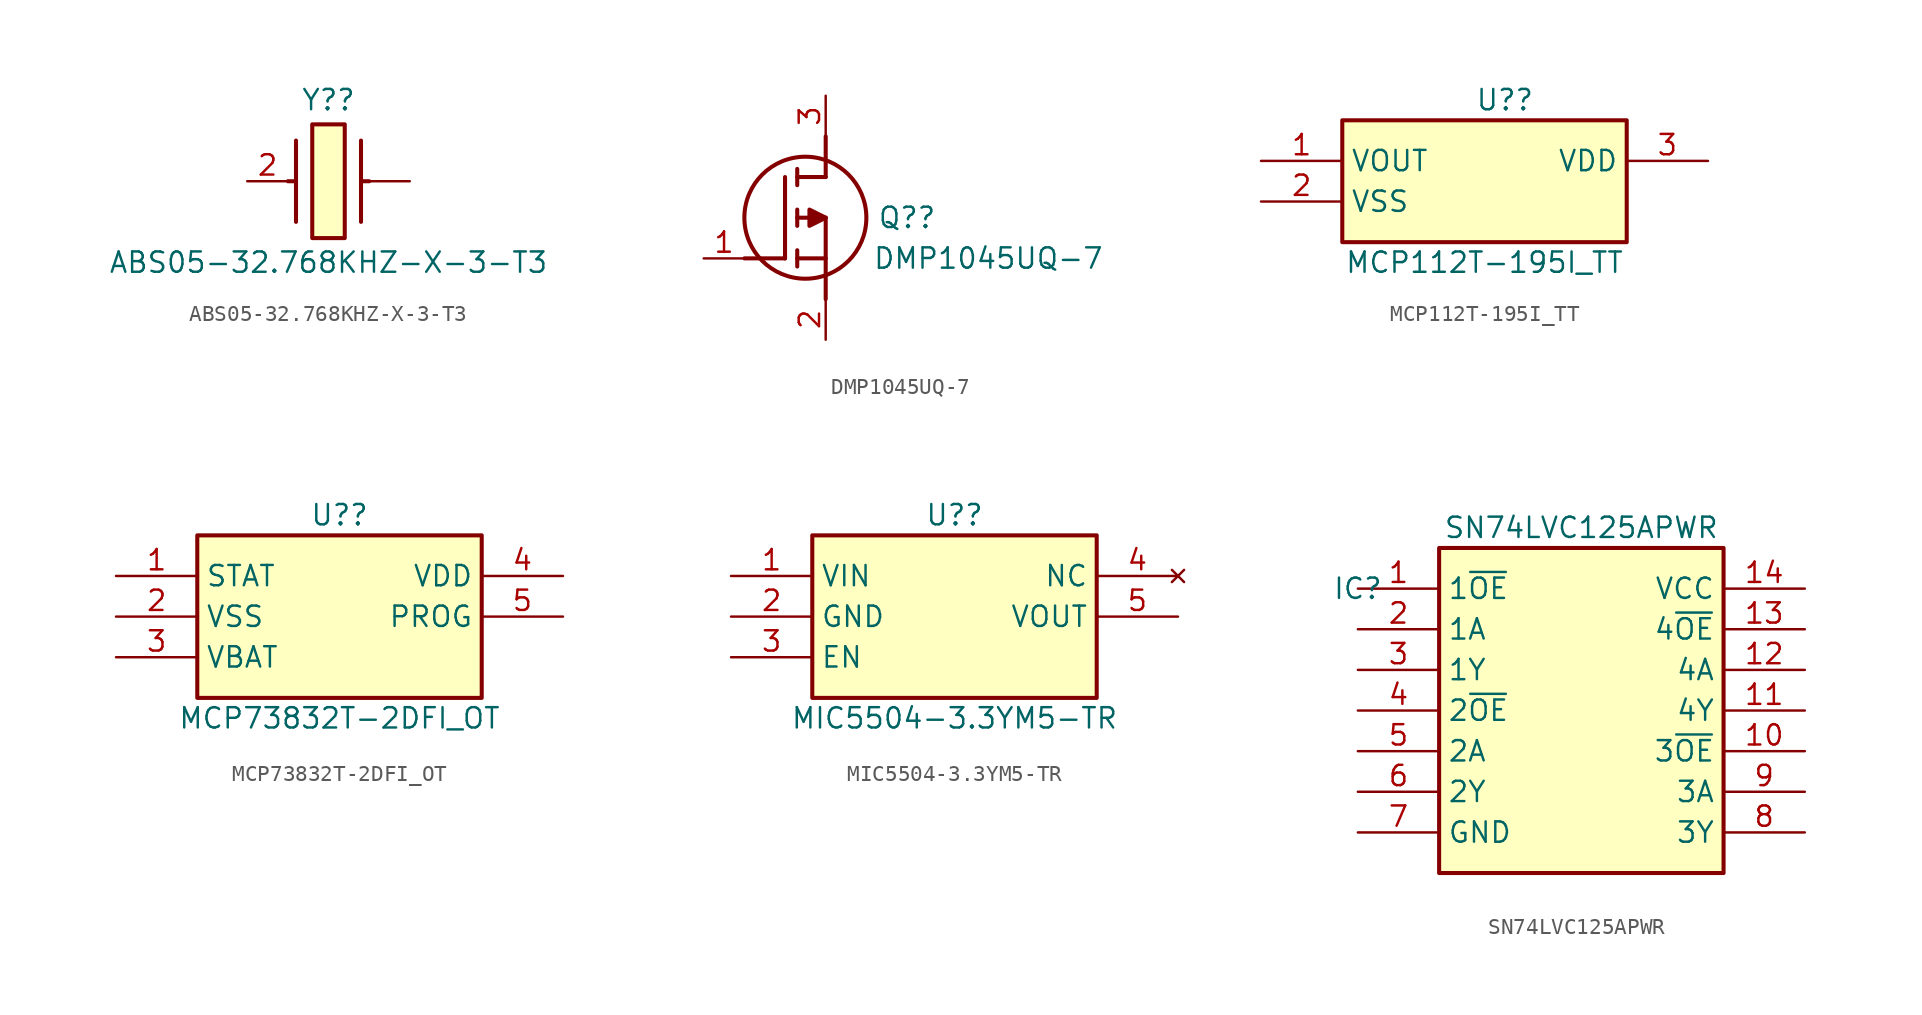
<source format=kicad_sym>
(kicad_symbol_lib
  (version 20211014)
  (generator kicad_symbol_editor)
  (symbol "ABS05-32.768KHZ-X-3-T3"
    (pin_names hide)
    (property "Reference" "Y?"
      (at 5.08 5.08 0)
      (effects (font (size 1.27 1.27))))
    (property "Value" "ABS05-32.768KHZ-X-3-T3"
      (at 5.08 -5.08 0)
      (effects (font (size 1.27 1.27))))
    (symbol "ABS05-32.768KHZ-X-3-T3_1_1"
      (polyline (pts (xy 3.048 0) (xy 2.54 0)) (stroke (width 0.254) (type default) (color 0 0 0 0)) (fill (type none)))
      (polyline (pts (xy 3.048 2.54) (xy 3.048 -2.54)) (stroke (width 0.254) (type default) (color 0 0 0 0)) (fill (type none)))
      (polyline (pts (xy 7.112 0) (xy 7.62 0)) (stroke (width 0.254) (type default) (color 0 0 0 0)) (fill (type none)))
      (polyline (pts (xy 7.112 2.54) (xy 7.112 -2.54)) (stroke (width 0.254) (type default) (color 0 0 0 0)) (fill (type none)))
      (rectangle (start 4.064 3.556) (end 6.096 -3.556) (stroke (width 0.254) (type default) (color 0 0 0 0)) (fill (type background)))
      (pin passive line (at 10.16 0 180) (length 2.54) (name "" (effects (font (size 1.27 1.27)))) (number "" (effects (font (size 1.27 1.27)))))
      (pin passive line (at 0 0 0) (length 2.54) (name "CRYSTAL_2" (effects (font (size 1.27 1.27)))) (number "2" (effects (font (size 1.27 1.27)))))))
  (symbol "DMP1045UQ-7"
    (pin_names hide)
    (property "Reference" "Q?"
      (at 12.7 2.54 0)
      (effects (font (size 1.27 1.27))))
    (property "Value" "DMP1045UQ-7"
      (at 17.78 0 0)
      (effects (font (size 1.27 1.27))))
    (symbol "DMP1045UQ-7_1_1"
      (polyline (pts (xy 2.54 0) (xy 5.08 0)) (stroke (width 0.254) (type default) (color 0 0 0 0)) (fill (type none)))
      (polyline (pts (xy 5.08 5.08) (xy 5.08 0)) (stroke (width 0.254) (type default) (color 0 0 0 0)) (fill (type none)))
      (polyline (pts (xy 5.842 -0.508) (xy 5.842 0.508)) (stroke (width 0.254) (type default) (color 0 0 0 0)) (fill (type none)))
      (polyline (pts (xy 5.842 0) (xy 7.62 0)) (stroke (width 0.254) (type default) (color 0 0 0 0)) (fill (type none)))
      (polyline (pts (xy 5.842 2.032) (xy 5.842 3.048)) (stroke (width 0.254) (type default) (color 0 0 0 0)) (fill (type none)))
      (polyline (pts (xy 5.842 5.588) (xy 5.842 4.572)) (stroke (width 0.254) (type default) (color 0 0 0 0)) (fill (type none)))
      (polyline (pts (xy 7.62 2.54) (xy 5.842 2.54)) (stroke (width 0.254) (type default) (color 0 0 0 0)) (fill (type none)))
      (polyline (pts (xy 7.62 2.54) (xy 7.62 -2.54)) (stroke (width 0.254) (type default) (color 0 0 0 0)) (fill (type none)))
      (polyline (pts (xy 7.62 5.08) (xy 5.842 5.08)) (stroke (width 0.254) (type default) (color 0 0 0 0)) (fill (type none)))
      (polyline (pts (xy 7.62 5.08) (xy 7.62 7.62)) (stroke (width 0.254) (type default) (color 0 0 0 0)) (fill (type none)))
      (polyline (pts (xy 7.62 2.54) (xy 6.604 3.048) (xy 6.604 2.032) (xy 7.62 2.54)) (stroke (width 0.254) (type default) (color 0 0 0 0)) (fill (type outline)))
      (circle (center 6.35 2.54) (radius 3.81) (stroke (width 0.254) (type default) (color 0 0 0 0)) (fill (type none)))
      (pin passive line (at 0 0 0) (length 2.54) (name "G" (effects (font (size 1.27 1.27)))) (number "1" (effects (font (size 1.27 1.27)))))
      (pin passive line (at 7.62 -5.08 90) (length 2.54) (name "S" (effects (font (size 1.27 1.27)))) (number "2" (effects (font (size 1.27 1.27)))))
      (pin passive line (at 7.62 10.16 270) (length 2.54) (name "D" (effects (font (size 1.27 1.27)))) (number "3" (effects (font (size 1.27 1.27)))))))
  (symbol "MCP112T-195I_TT"
    (property "Reference" "U?"
      (at 15.24 3.81 0)
      (effects (font (size 1.27 1.27))))
    (property "Value" "MCP112T-195I_TT"
      (at 13.97 -6.35 0)
      (effects (font (size 1.27 1.27))))
    (symbol "MCP112T-195I_TT_1_1"
      (rectangle (start 5.08 2.54) (end 22.86 -5.08) (stroke (width 0.254) (type default) (color 0 0 0 0)) (fill (type background)))
      (pin passive line (at 0 0 0) (length 5.08) (name "VOUT" (effects (font (size 1.27 1.27)))) (number "1" (effects (font (size 1.27 1.27)))))
      (pin passive line (at 0 -2.54 0) (length 5.08) (name "VSS" (effects (font (size 1.27 1.27)))) (number "2" (effects (font (size 1.27 1.27)))))
      (pin passive line (at 27.94 0 180) (length 5.08) (name "VDD" (effects (font (size 1.27 1.27)))) (number "3" (effects (font (size 1.27 1.27)))))))
  (symbol "MCP73832T-2DFI_OT"
    (property "Reference" "U?"
      (at 13.97 3.81 0)
      (effects (font (size 1.27 1.27))))
    (property "Value" "MCP73832T-2DFI_OT"
      (at 13.97 -8.89 0)
      (effects (font (size 1.27 1.27))))
    (symbol "MCP73832T-2DFI_OT_1_1"
      (rectangle (start 5.08 2.54) (end 22.86 -7.62) (stroke (width 0.254) (type default) (color 0 0 0 0)) (fill (type background)))
      (pin passive line (at 0 0 0) (length 5.08) (name "STAT" (effects (font (size 1.27 1.27)))) (number "1" (effects (font (size 1.27 1.27)))))
      (pin passive line (at 0 -2.54 0) (length 5.08) (name "VSS" (effects (font (size 1.27 1.27)))) (number "2" (effects (font (size 1.27 1.27)))))
      (pin passive line (at 0 -5.08 0) (length 5.08) (name "VBAT" (effects (font (size 1.27 1.27)))) (number "3" (effects (font (size 1.27 1.27)))))
      (pin passive line (at 27.94 0 180) (length 5.08) (name "VDD" (effects (font (size 1.27 1.27)))) (number "4" (effects (font (size 1.27 1.27)))))
      (pin passive line (at 27.94 -2.54 180) (length 5.08) (name "PROG" (effects (font (size 1.27 1.27)))) (number "5" (effects (font (size 1.27 1.27)))))))
  (symbol "MIC5504-3.3YM5-TR"
    (property "Reference" "U?"
      (at 13.97 3.81 0)
      (effects (font (size 1.27 1.27))))
    (property "Value" "MIC5504-3.3YM5-TR"
      (at 13.97 -8.89 0)
      (effects (font (size 1.27 1.27))))
    (symbol "MIC5504-3.3YM5-TR_1_1"
      (rectangle (start 5.08 2.54) (end 22.86 -7.62) (stroke (width 0.254) (type default) (color 0 0 0 0)) (fill (type background)))
      (pin passive line (at 0 0 0) (length 5.08) (name "VIN" (effects (font (size 1.27 1.27)))) (number "1" (effects (font (size 1.27 1.27)))))
      (pin passive line (at 0 -2.54 0) (length 5.08) (name "GND" (effects (font (size 1.27 1.27)))) (number "2" (effects (font (size 1.27 1.27)))))
      (pin passive line (at 0 -5.08 0) (length 5.08) (name "EN" (effects (font (size 1.27 1.27)))) (number "3" (effects (font (size 1.27 1.27)))))
      (pin no_connect line (at 27.94 0 180) (length 5.08) (name "NC" (effects (font (size 1.27 1.27)))) (number "4" (effects (font (size 1.27 1.27)))))
      (pin passive line (at 27.94 -2.54 180) (length 5.08) (name "VOUT" (effects (font (size 1.27 1.27)))) (number "5" (effects (font (size 1.27 1.27)))))))
  (symbol "SN74LVC125APWR"
    (property "Reference" "IC"
      (at 0 0 0)
      (effects (font (size 1.27 1.27))))
    (property "Value" "SN74LVC125APWR"
      (at 13.97 3.81 0)
      (effects (font (size 1.27 1.27))))
    (symbol "SN74LVC125APWR_1_1"
      (rectangle (start 5.08 2.54) (end 22.86 -17.78) (stroke (width 0.254) (type default) (color 0 0 0 0)) (fill (type background)))
      (pin passive line (at 0 0 0) (length 5.08) (name "1~{OE}" (effects (font (size 1.27 1.27)))) (number "1" (effects (font (size 1.27 1.27)))))
      (pin passive line (at 27.94 -10.16 180) (length 5.08) (name "3~{OE}" (effects (font (size 1.27 1.27)))) (number "10" (effects (font (size 1.27 1.27)))))
      (pin passive line (at 27.94 -7.62 180) (length 5.08) (name "4Y" (effects (font (size 1.27 1.27)))) (number "11" (effects (font (size 1.27 1.27)))))
      (pin passive line (at 27.94 -5.08 180) (length 5.08) (name "4A" (effects (font (size 1.27 1.27)))) (number "12" (effects (font (size 1.27 1.27)))))
      (pin passive line (at 27.94 -2.54 180) (length 5.08) (name "4~{OE}" (effects (font (size 1.27 1.27)))) (number "13" (effects (font (size 1.27 1.27)))))
      (pin passive line (at 27.94 0 180) (length 5.08) (name "VCC" (effects (font (size 1.27 1.27)))) (number "14" (effects (font (size 1.27 1.27)))))
      (pin passive line (at 0 -2.54 0) (length 5.08) (name "1A" (effects (font (size 1.27 1.27)))) (number "2" (effects (font (size 1.27 1.27)))))
      (pin passive line (at 0 -5.08 0) (length 5.08) (name "1Y" (effects (font (size 1.27 1.27)))) (number "3" (effects (font (size 1.27 1.27)))))
      (pin passive line (at 0 -7.62 0) (length 5.08) (name "2~{OE}" (effects (font (size 1.27 1.27)))) (number "4" (effects (font (size 1.27 1.27)))))
      (pin passive line (at 0 -10.16 0) (length 5.08) (name "2A" (effects (font (size 1.27 1.27)))) (number "5" (effects (font (size 1.27 1.27)))))
      (pin passive line (at 0 -12.7 0) (length 5.08) (name "2Y" (effects (font (size 1.27 1.27)))) (number "6" (effects (font (size 1.27 1.27)))))
      (pin passive line (at 0 -15.24 0) (length 5.08) (name "GND" (effects (font (size 1.27 1.27)))) (number "7" (effects (font (size 1.27 1.27)))))
      (pin passive line (at 27.94 -15.24 180) (length 5.08) (name "3Y" (effects (font (size 1.27 1.27)))) (number "8" (effects (font (size 1.27 1.27)))))
      (pin passive line (at 27.94 -12.7 180) (length 5.08) (name "3A" (effects (font (size 1.27 1.27)))) (number "9" (effects (font (size 1.27 1.27))))))))
</source>
